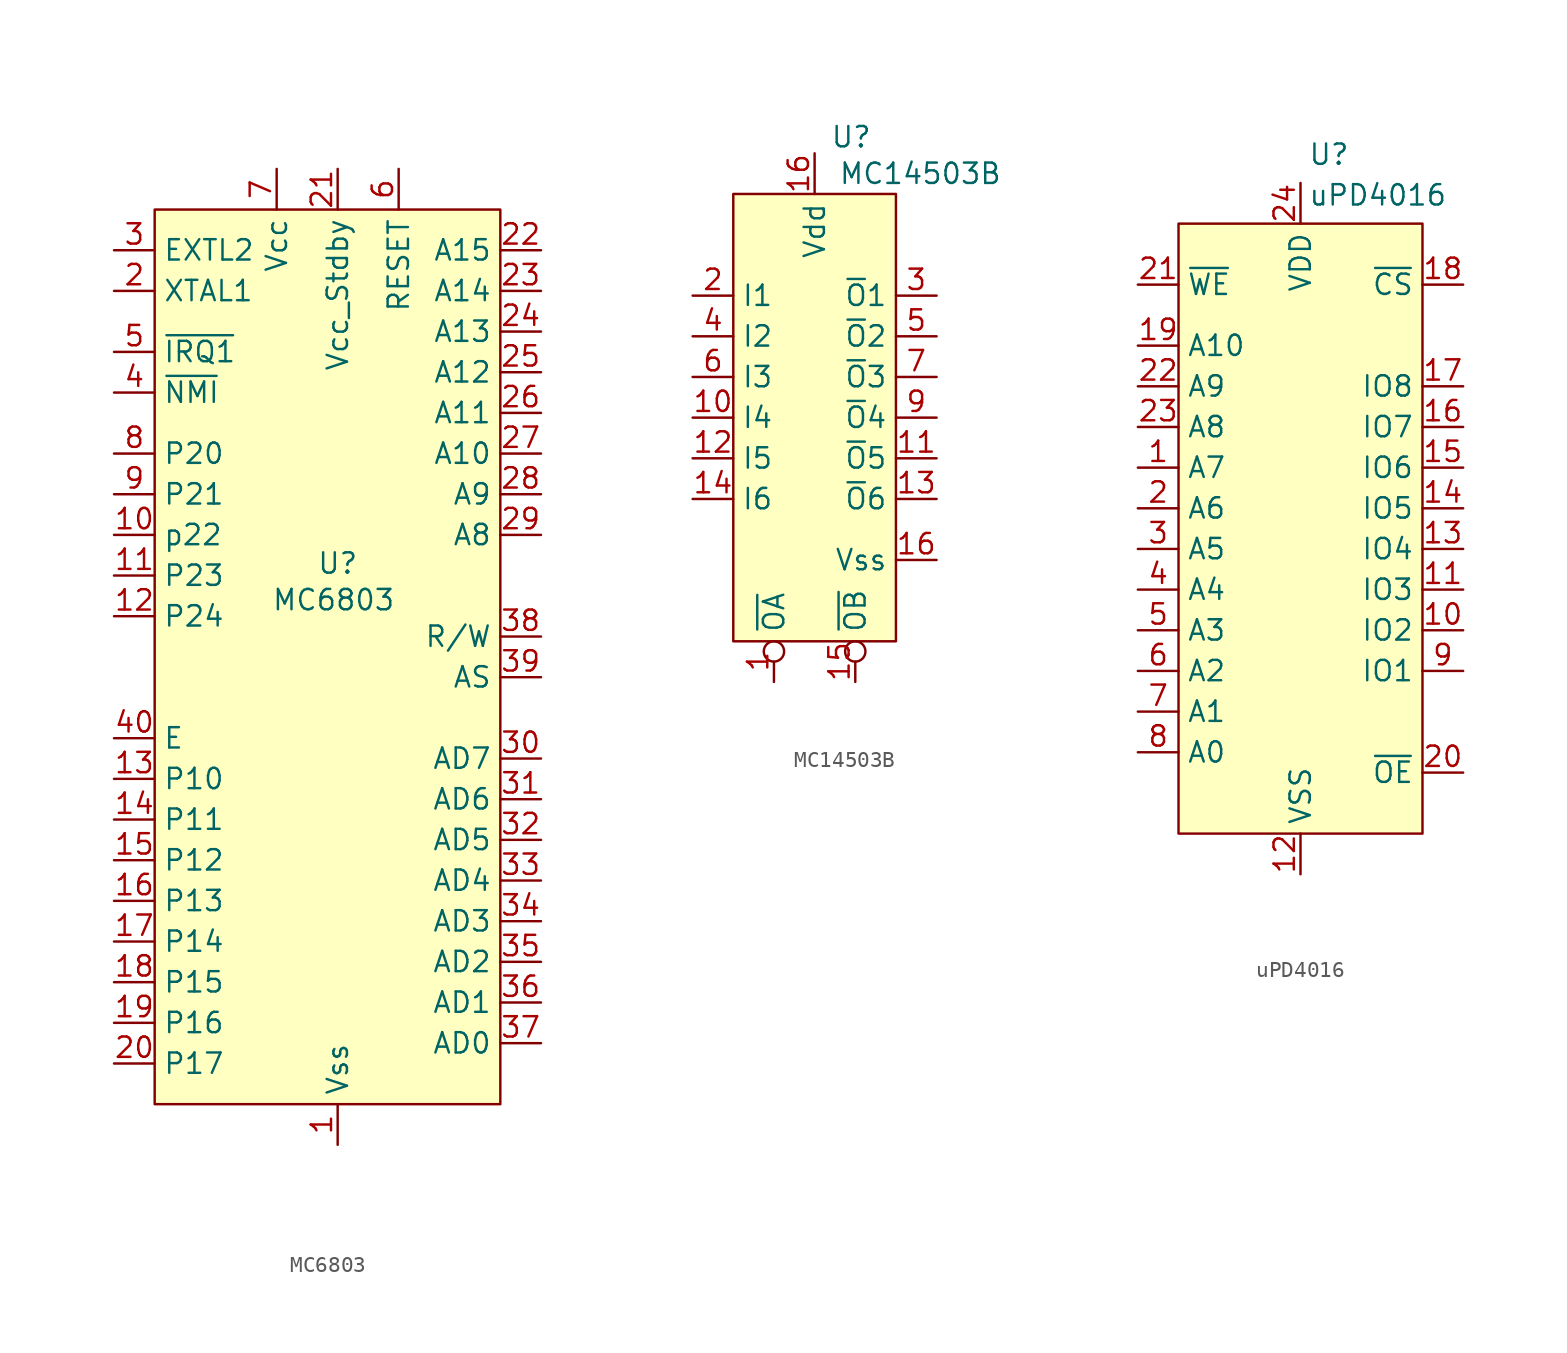
<source format=kicad_sym>
(kicad_symbol_lib
  (version 20231120)
  (generator "kicad_symbol_editor")
  (generator_version "8.0")
  (symbol "MC6803"
    (property "Reference" "U"
      (at 0 5.842 0)
      (effects (font (size 1.27 1.27))))
    (property "Value" "MC6803"
      (at -0.254 3.556 0)
      (effects (font (size 1.27 1.27))))
    (symbol "MC6803_0_0"
      (pin input line (at -13.97 22.86 0) (length 2.54) (name "XTAL1" (effects (font (size 1.27 1.27)))) (number "2" (effects (font (size 1.27 1.27)))))
      (pin input line (at -13.97 16.51 0) (length 2.54) (name "~{NMI}" (effects (font (size 1.27 1.27)))) (number "4" (effects (font (size 1.27 1.27)))))
      (pin input line (at -13.97 19.05 0) (length 2.54) (name "~{IRQ1}" (effects (font (size 1.27 1.27)))) (number "5" (effects (font (size 1.27 1.27)))))
      (pin tri_state line (at -13.97 12.7 0) (length 2.54) (name "P20" (effects (font (size 1.27 1.27)))) (number "8" (effects (font (size 1.27 1.27)))))
      (pin tri_state line (at -13.97 10.16 0) (length 2.54) (name "P21" (effects (font (size 1.27 1.27)))) (number "9" (effects (font (size 1.27 1.27))))))
    (symbol "MC6803_0_1"
      (rectangle (start -11.43 27.94) (end 10.16 -27.94) (stroke (width 0) (type default)) (fill (type background))))
    (symbol "MC6803_1_0"
      (pin power_in line (at 0 -30.48 90) (length 2.54) (name "Vss" (effects (font (size 1.27 1.27)))) (number "1" (effects (font (size 1.27 1.27)))))
      (pin power_in line (at 0 30.48 270) (length 2.54) (name "Vcc_Stdby" (effects (font (size 1.27 1.27)))) (number "21" (effects (font (size 1.27 1.27)))))
      (pin input line (at -13.97 25.4 0) (length 2.54) (name "EXTL2" (effects (font (size 1.27 1.27)))) (number "3" (effects (font (size 1.27 1.27)))))
      (pin bidirectional line (at 12.7 -24.13 180) (length 2.54) (name "AD0" (effects (font (size 1.27 1.27)))) (number "37" (effects (font (size 1.27 1.27)))))
      (pin input line (at 3.81 30.48 270) (length 2.54) (name "RESET" (effects (font (size 1.27 1.27)))) (number "6" (effects (font (size 1.27 1.27)))))
      (pin power_in line (at -3.81 30.48 270) (length 2.54) (name "Vcc" (effects (font (size 1.27 1.27)))) (number "7" (effects (font (size 1.27 1.27))))))
    (symbol "MC6803_1_1"
      (pin tri_state line (at -13.97 7.62 0) (length 2.54) (name "p22" (effects (font (size 1.27 1.27)))) (number "10" (effects (font (size 1.27 1.27)))))
      (pin tri_state line (at -13.97 5.08 0) (length 2.54) (name "P23" (effects (font (size 1.27 1.27)))) (number "11" (effects (font (size 1.27 1.27)))))
      (pin tri_state line (at -13.97 2.54 0) (length 2.54) (name "P24" (effects (font (size 1.27 1.27)))) (number "12" (effects (font (size 1.27 1.27)))))
      (pin tri_state line (at -13.97 -7.62 0) (length 2.54) (name "P10" (effects (font (size 1.27 1.27)))) (number "13" (effects (font (size 1.27 1.27)))))
      (pin tri_state line (at -13.97 -10.16 0) (length 2.54) (name "P11" (effects (font (size 1.27 1.27)))) (number "14" (effects (font (size 1.27 1.27)))))
      (pin tri_state line (at -13.97 -12.7 0) (length 2.54) (name "P12" (effects (font (size 1.27 1.27)))) (number "15" (effects (font (size 1.27 1.27)))))
      (pin tri_state line (at -13.97 -15.24 0) (length 2.54) (name "P13" (effects (font (size 1.27 1.27)))) (number "16" (effects (font (size 1.27 1.27)))))
      (pin tri_state line (at -13.97 -17.78 0) (length 2.54) (name "P14" (effects (font (size 1.27 1.27)))) (number "17" (effects (font (size 1.27 1.27)))))
      (pin tri_state line (at -13.97 -20.32 0) (length 2.54) (name "P15" (effects (font (size 1.27 1.27)))) (number "18" (effects (font (size 1.27 1.27)))))
      (pin tri_state line (at -13.97 -22.86 0) (length 2.54) (name "P16" (effects (font (size 1.27 1.27)))) (number "19" (effects (font (size 1.27 1.27)))))
      (pin tri_state line (at -13.97 -25.4 0) (length 2.54) (name "P17" (effects (font (size 1.27 1.27)))) (number "20" (effects (font (size 1.27 1.27)))))
      (pin output line (at 12.7 25.4 180) (length 2.54) (name "A15" (effects (font (size 1.27 1.27)))) (number "22" (effects (font (size 1.27 1.27)))))
      (pin output line (at 12.7 22.86 180) (length 2.54) (name "A14" (effects (font (size 1.27 1.27)))) (number "23" (effects (font (size 1.27 1.27)))))
      (pin output line (at 12.7 20.32 180) (length 2.54) (name "A13" (effects (font (size 1.27 1.27)))) (number "24" (effects (font (size 1.27 1.27)))))
      (pin output line (at 12.7 17.78 180) (length 2.54) (name "A12" (effects (font (size 1.27 1.27)))) (number "25" (effects (font (size 1.27 1.27)))))
      (pin output line (at 12.7 15.24 180) (length 2.54) (name "A11" (effects (font (size 1.27 1.27)))) (number "26" (effects (font (size 1.27 1.27)))))
      (pin output line (at 12.7 12.7 180) (length 2.54) (name "A10" (effects (font (size 1.27 1.27)))) (number "27" (effects (font (size 1.27 1.27)))))
      (pin output line (at 12.7 10.16 180) (length 2.54) (name "A9" (effects (font (size 1.27 1.27)))) (number "28" (effects (font (size 1.27 1.27)))))
      (pin output line (at 12.7 7.62 180) (length 2.54) (name "A8" (effects (font (size 1.27 1.27)))) (number "29" (effects (font (size 1.27 1.27)))))
      (pin bidirectional line (at 12.7 -6.35 180) (length 2.54) (name "AD7" (effects (font (size 1.27 1.27)))) (number "30" (effects (font (size 1.27 1.27)))))
      (pin bidirectional line (at 12.7 -8.89 180) (length 2.54) (name "AD6" (effects (font (size 1.27 1.27)))) (number "31" (effects (font (size 1.27 1.27)))))
      (pin bidirectional line (at 12.7 -11.43 180) (length 2.54) (name "AD5" (effects (font (size 1.27 1.27)))) (number "32" (effects (font (size 1.27 1.27)))))
      (pin bidirectional line (at 12.7 -13.97 180) (length 2.54) (name "AD4" (effects (font (size 1.27 1.27)))) (number "33" (effects (font (size 1.27 1.27)))))
      (pin bidirectional line (at 12.7 -16.51 180) (length 2.54) (name "AD3" (effects (font (size 1.27 1.27)))) (number "34" (effects (font (size 1.27 1.27)))))
      (pin bidirectional line (at 12.7 -19.05 180) (length 2.54) (name "AD2" (effects (font (size 1.27 1.27)))) (number "35" (effects (font (size 1.27 1.27)))))
      (pin bidirectional line (at 12.7 -21.59 180) (length 2.54) (name "AD1" (effects (font (size 1.27 1.27)))) (number "36" (effects (font (size 1.27 1.27)))))
      (pin output line (at 12.7 1.27 180) (length 2.54) (name "R/W" (effects (font (size 1.27 1.27)))) (number "38" (effects (font (size 1.27 1.27)))))
      (pin bidirectional line (at 12.7 -1.27 180) (length 2.54) (name "AS" (effects (font (size 1.27 1.27)))) (number "39" (effects (font (size 1.27 1.27)))))
      (pin output line (at -13.97 -5.08 0) (length 2.54) (name "E" (effects (font (size 1.27 1.27)))) (number "40" (effects (font (size 1.27 1.27)))))))
  (symbol "MC14503B"
    (property "Reference" "U"
      (at 2.286 17.526 0)
      (effects (font (size 1.27 1.27))))
    (property "Value" "MC14503B"
      (at 6.604 15.24 0)
      (effects (font (size 1.27 1.27))))
    (symbol "MC14503B_0_1"
      (rectangle (start -5.08 13.97) (end 5.08 -13.97) (stroke (width 0) (type default)) (fill (type background))))
    (symbol "MC14503B_1_1"
      (pin input inverted (at -2.54 -16.51 90) (length 2.54) (name "~{OA}" (effects (font (size 1.27 1.27)))) (number "1" (effects (font (size 1.27 1.27)))))
      (pin input line (at -7.62 0 0) (length 2.54) (name "I4" (effects (font (size 1.27 1.27)))) (number "10" (effects (font (size 1.27 1.27)))))
      (pin tri_state line (at 7.62 -2.54 180) (length 2.54) (name "~{O}5" (effects (font (size 1.27 1.27)))) (number "11" (effects (font (size 1.27 1.27)))))
      (pin input line (at -7.62 -2.54 0) (length 2.54) (name "I5" (effects (font (size 1.27 1.27)))) (number "12" (effects (font (size 1.27 1.27)))))
      (pin tri_state line (at 7.62 -5.08 180) (length 2.54) (name "~{O}6" (effects (font (size 1.27 1.27)))) (number "13" (effects (font (size 1.27 1.27)))))
      (pin input line (at -7.62 -5.08 0) (length 2.54) (name "I6" (effects (font (size 1.27 1.27)))) (number "14" (effects (font (size 1.27 1.27)))))
      (pin input inverted (at 2.54 -16.51 90) (length 2.54) (name "~{OB}" (effects (font (size 1.27 1.27)))) (number "15" (effects (font (size 1.27 1.27)))))
      (pin power_in line (at 0 16.51 270) (length 2.54) (name "Vdd" (effects (font (size 1.27 1.27)))) (number "16" (effects (font (size 1.27 1.27)))))
      (pin power_in line (at 7.62 -8.89 180) (length 2.54) (name "Vss" (effects (font (size 1.27 1.27)))) (number "16" (effects (font (size 1.27 1.27)))))
      (pin input line (at -7.62 7.62 0) (length 2.54) (name "I1" (effects (font (size 1.27 1.27)))) (number "2" (effects (font (size 1.27 1.27)))))
      (pin tri_state line (at 7.62 7.62 180) (length 2.54) (name "~{O}1" (effects (font (size 1.27 1.27)))) (number "3" (effects (font (size 1.27 1.27)))))
      (pin input line (at -7.62 5.08 0) (length 2.54) (name "I2" (effects (font (size 1.27 1.27)))) (number "4" (effects (font (size 1.27 1.27)))))
      (pin tri_state line (at 7.62 5.08 180) (length 2.54) (name "~{O}2" (effects (font (size 1.27 1.27)))) (number "5" (effects (font (size 1.27 1.27)))))
      (pin input line (at -7.62 2.54 0) (length 2.54) (name "I3" (effects (font (size 1.27 1.27)))) (number "6" (effects (font (size 1.27 1.27)))))
      (pin tri_state line (at 7.62 2.54 180) (length 2.54) (name "~{O}3" (effects (font (size 1.27 1.27)))) (number "7" (effects (font (size 1.27 1.27)))))
      (pin tri_state line (at 7.62 0 180) (length 2.54) (name "~{O}4" (effects (font (size 1.27 1.27)))) (number "9" (effects (font (size 1.27 1.27)))))))
  (symbol "uPD4016"
    (property "Reference" "U"
      (at 1.778 23.368 0)
      (effects (font (size 1.27 1.27))))
    (property "Value" "uPD4016"
      (at 4.826 20.828 0)
      (effects (font (size 1.27 1.27))))
    (symbol "uPD4016_0_1"
      (rectangle (start -7.62 19.05) (end 7.62 -19.05) (stroke (width 0) (type default)) (fill (type background))))
    (symbol "uPD4016_1_1"
      (pin input line (at -10.16 3.81 0) (length 2.54) (name "A7" (effects (font (size 1.27 1.27)))) (number "1" (effects (font (size 1.27 1.27)))))
      (pin tri_state line (at 10.16 -6.35 180) (length 2.54) (name "IO2" (effects (font (size 1.27 1.27)))) (number "10" (effects (font (size 1.27 1.27)))))
      (pin tri_state line (at 10.16 -3.81 180) (length 2.54) (name "IO3" (effects (font (size 1.27 1.27)))) (number "11" (effects (font (size 1.27 1.27)))))
      (pin power_in line (at 0 -21.59 90) (length 2.54) (name "VSS" (effects (font (size 1.27 1.27)))) (number "12" (effects (font (size 1.27 1.27)))))
      (pin tri_state line (at 10.16 -1.27 180) (length 2.54) (name "IO4" (effects (font (size 1.27 1.27)))) (number "13" (effects (font (size 1.27 1.27)))))
      (pin tri_state line (at 10.16 1.27 180) (length 2.54) (name "IO5" (effects (font (size 1.27 1.27)))) (number "14" (effects (font (size 1.27 1.27)))))
      (pin tri_state line (at 10.16 3.81 180) (length 2.54) (name "IO6" (effects (font (size 1.27 1.27)))) (number "15" (effects (font (size 1.27 1.27)))))
      (pin tri_state line (at 10.16 6.35 180) (length 2.54) (name "IO7" (effects (font (size 1.27 1.27)))) (number "16" (effects (font (size 1.27 1.27)))))
      (pin tri_state line (at 10.16 8.89 180) (length 2.54) (name "IO8" (effects (font (size 1.27 1.27)))) (number "17" (effects (font (size 1.27 1.27)))))
      (pin input line (at 10.16 15.24 180) (length 2.54) (name "~{CS}" (effects (font (size 1.27 1.27)))) (number "18" (effects (font (size 1.27 1.27)))))
      (pin input line (at -10.16 11.43 0) (length 2.54) (name "A10" (effects (font (size 1.27 1.27)))) (number "19" (effects (font (size 1.27 1.27)))))
      (pin input line (at -10.16 1.27 0) (length 2.54) (name "A6" (effects (font (size 1.27 1.27)))) (number "2" (effects (font (size 1.27 1.27)))))
      (pin input line (at 10.16 -15.24 180) (length 2.54) (name "~{OE}" (effects (font (size 1.27 1.27)))) (number "20" (effects (font (size 1.27 1.27)))))
      (pin input line (at -10.16 15.24 0) (length 2.54) (name "~{WE}" (effects (font (size 1.27 1.27)))) (number "21" (effects (font (size 1.27 1.27)))))
      (pin input line (at -10.16 8.89 0) (length 2.54) (name "A9" (effects (font (size 1.27 1.27)))) (number "22" (effects (font (size 1.27 1.27)))))
      (pin input line (at -10.16 6.35 0) (length 2.54) (name "A8" (effects (font (size 1.27 1.27)))) (number "23" (effects (font (size 1.27 1.27)))))
      (pin power_in line (at 0 21.59 270) (length 2.54) (name "VDD" (effects (font (size 1.27 1.27)))) (number "24" (effects (font (size 1.27 1.27)))))
      (pin input line (at -10.16 -1.27 0) (length 2.54) (name "A5" (effects (font (size 1.27 1.27)))) (number "3" (effects (font (size 1.27 1.27)))))
      (pin input line (at -10.16 -3.81 0) (length 2.54) (name "A4" (effects (font (size 1.27 1.27)))) (number "4" (effects (font (size 1.27 1.27)))))
      (pin input line (at -10.16 -6.35 0) (length 2.54) (name "A3" (effects (font (size 1.27 1.27)))) (number "5" (effects (font (size 1.27 1.27)))))
      (pin input line (at -10.16 -8.89 0) (length 2.54) (name "A2" (effects (font (size 1.27 1.27)))) (number "6" (effects (font (size 1.27 1.27)))))
      (pin input line (at -10.16 -11.43 0) (length 2.54) (name "A1" (effects (font (size 1.27 1.27)))) (number "7" (effects (font (size 1.27 1.27)))))
      (pin input line (at -10.16 -13.97 0) (length 2.54) (name "A0" (effects (font (size 1.27 1.27)))) (number "8" (effects (font (size 1.27 1.27)))))
      (pin tri_state line (at 10.16 -8.89 180) (length 2.54) (name "IO1" (effects (font (size 1.27 1.27)))) (number "9" (effects (font (size 1.27 1.27))))))))
</source>
